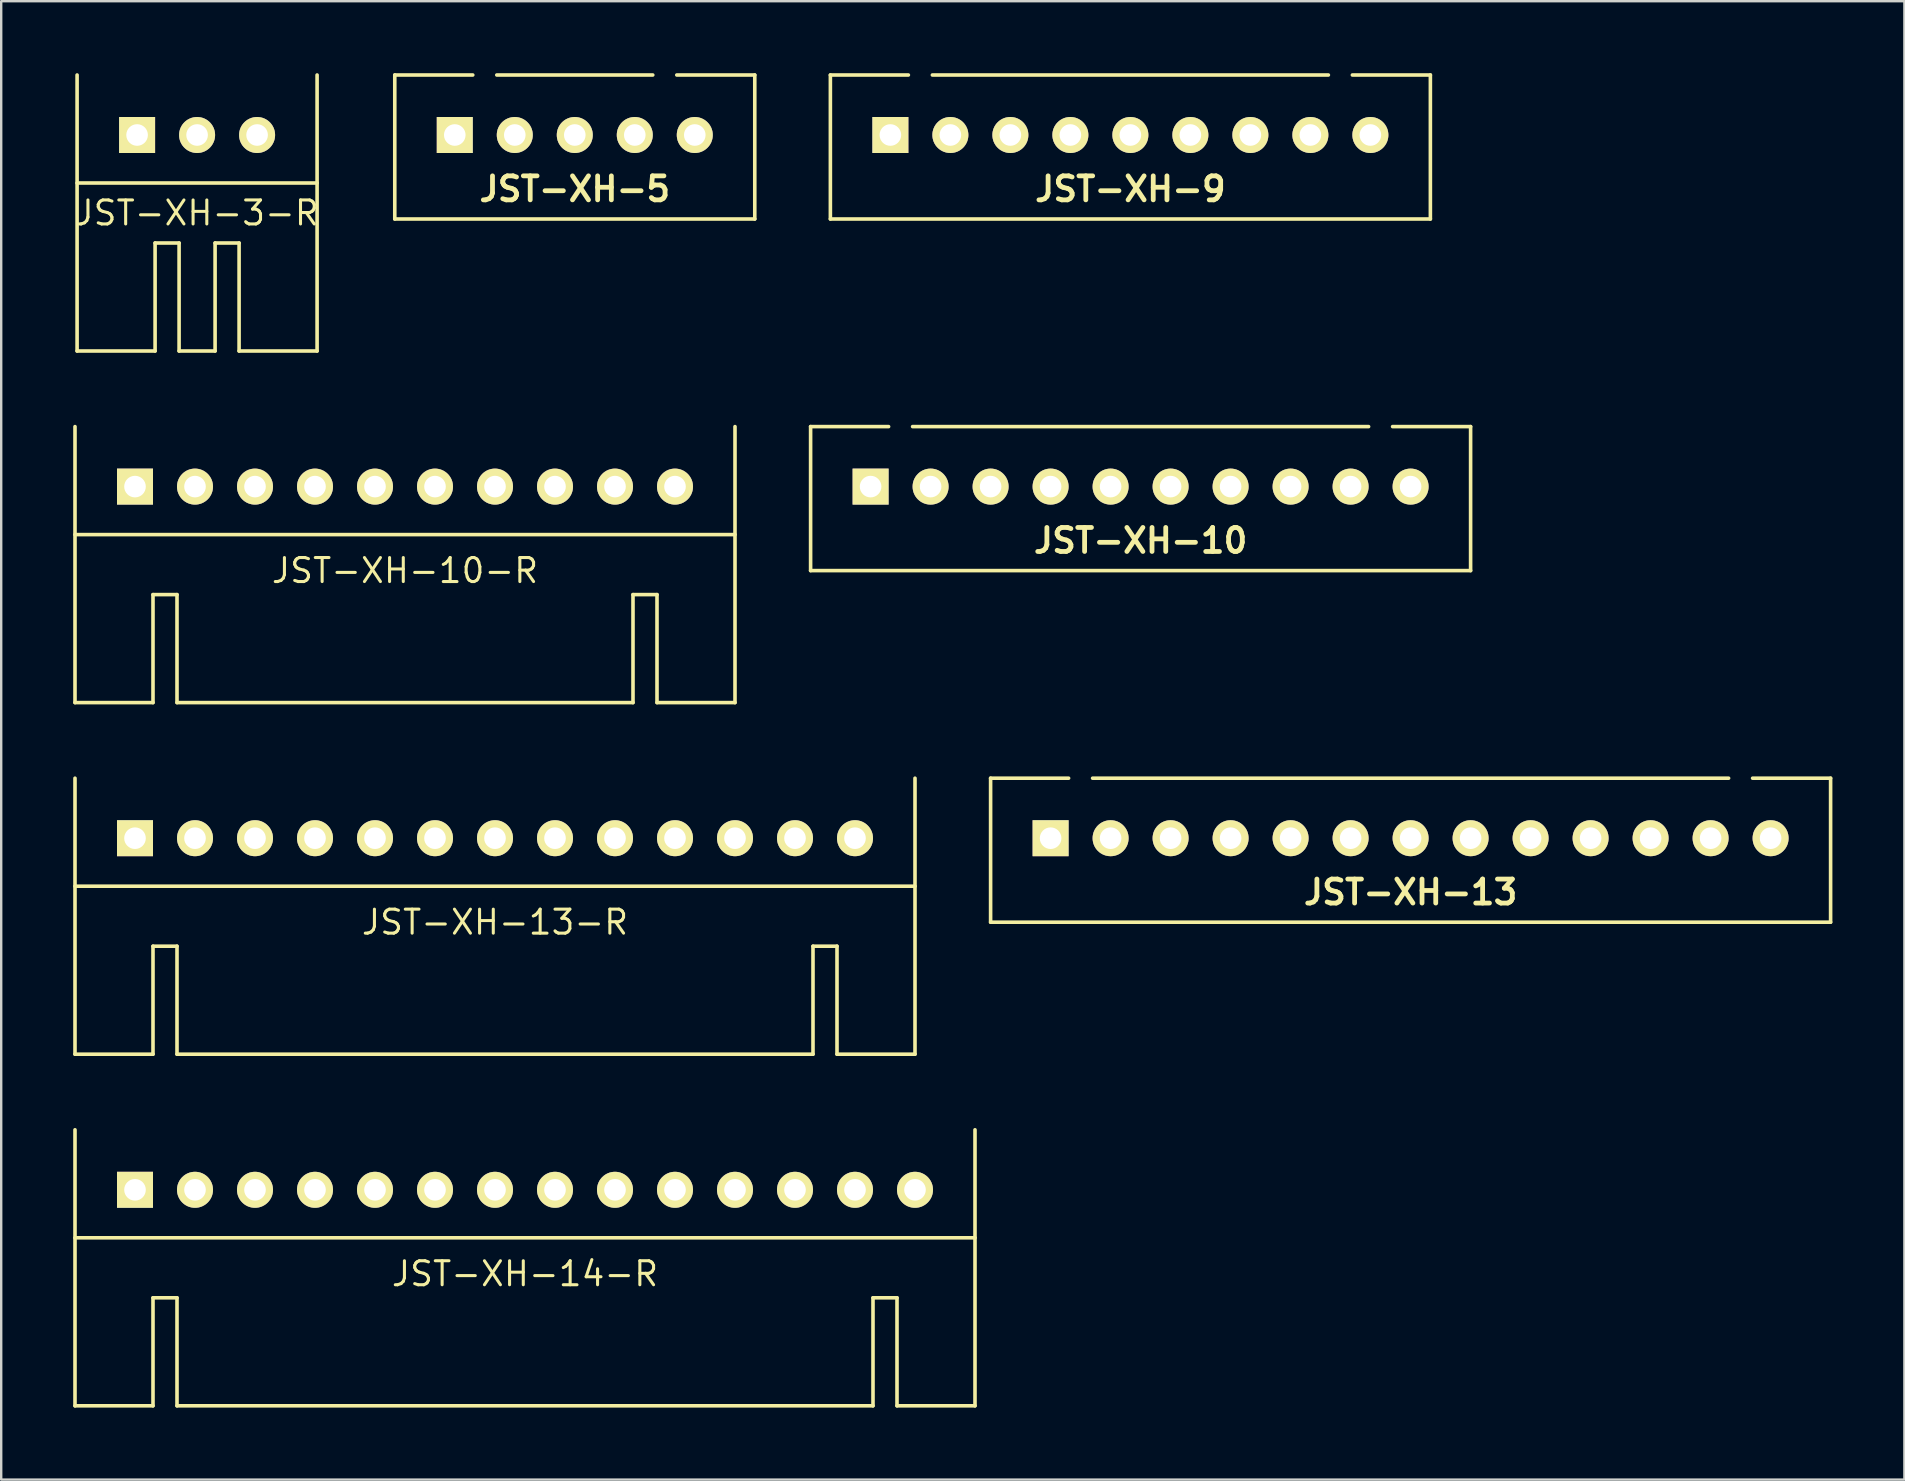
<source format=kicad_pcb>
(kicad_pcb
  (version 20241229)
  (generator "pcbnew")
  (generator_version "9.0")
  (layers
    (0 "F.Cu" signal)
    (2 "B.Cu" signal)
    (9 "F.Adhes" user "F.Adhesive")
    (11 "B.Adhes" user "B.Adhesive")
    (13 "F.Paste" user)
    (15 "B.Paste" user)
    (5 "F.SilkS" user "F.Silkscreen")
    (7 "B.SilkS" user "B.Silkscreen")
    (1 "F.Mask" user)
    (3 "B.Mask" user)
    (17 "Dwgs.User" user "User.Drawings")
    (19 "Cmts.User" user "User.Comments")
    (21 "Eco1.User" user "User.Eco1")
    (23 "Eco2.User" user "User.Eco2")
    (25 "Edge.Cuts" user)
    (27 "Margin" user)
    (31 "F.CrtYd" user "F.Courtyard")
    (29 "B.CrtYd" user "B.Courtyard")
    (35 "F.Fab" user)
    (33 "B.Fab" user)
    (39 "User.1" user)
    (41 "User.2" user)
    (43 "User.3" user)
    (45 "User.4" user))
  (footprint "JST-XH-9"
    (layer "F.Cu")
    (at 44.049 2.575)
    (property "Reference" "JST-XH-9" (at 0 2.25 0) (layer "F.SilkS") (effects (font (size 1 1) (thickness 0.2))))
    (attr through_hole)
    (fp_line (start -12.5 -2.5) (end -9.25 -2.5) (stroke (width 0.15) (type solid)) (layer "F.SilkS"))
    (fp_line (start -12.5 3.5) (end -12.5 -2.5) (stroke (width 0.15) (type solid)) (layer "F.SilkS"))
    (fp_line (start 8.25 -2.5) (end -8.25 -2.5) (stroke (width 0.15) (type solid)) (layer "F.SilkS"))
    (fp_line (start 12.5 -2.5) (end 9.25 -2.5) (stroke (width 0.15) (type solid)) (layer "F.SilkS"))
    (fp_line (start 12.5 -2.5) (end 12.5 3.5) (stroke (width 0.15) (type solid)) (layer "F.SilkS"))
    (fp_line (start 12.5 3.5) (end -12.5 3.5) (stroke (width 0.15) (type solid)) (layer "F.SilkS"))
    (pad "1" thru_hole rect (at -10 0) (size 1.5 1.5) (drill 0.9) (layers "*.Cu" "*.Mask" "F.SilkS"))
    (pad "2" thru_hole circle (at -7.5 0) (size 1.5 1.5) (drill 0.9) (layers "*.Cu" "*.Mask" "F.SilkS"))
    (pad "3" thru_hole circle (at -5 0) (size 1.5 1.5) (drill 0.9) (layers "*.Cu" "*.Mask" "F.SilkS"))
    (pad "4" thru_hole circle (at -2.5 0) (size 1.5 1.5) (drill 0.9) (layers "*.Cu" "*.Mask" "F.SilkS"))
    (pad "5" thru_hole circle (at 0 0) (size 1.5 1.5) (drill 0.9) (layers "*.Cu" "*.Mask" "F.SilkS"))
    (pad "6" thru_hole circle (at 2.5 0) (size 1.5 1.5) (drill 0.9) (layers "*.Cu" "*.Mask" "F.SilkS"))
    (pad "7" thru_hole circle (at 5 0) (size 1.5 1.5) (drill 0.9) (layers "*.Cu" "*.Mask" "F.SilkS"))
    (pad "8" thru_hole circle (at 7.5 0) (size 1.5 1.5) (drill 0.9) (layers "*.Cu" "*.Mask" "F.SilkS"))
    (pad "9" thru_hole circle (at 10 0) (size 1.5 1.5) (drill 0.9) (layers "*.Cu" "*.Mask" "F.SilkS")))
  (footprint "JST-XH-13"
    (layer "F.Cu")
    (at 55.725 31.875)
    (property "Reference" "JST-XH-13" (at 0 2.25 0) (layer "F.SilkS") (effects (font (size 1 1) (thickness 0.2))))
    (attr through_hole)
    (fp_line (start -17.5 -2.5) (end -14.25 -2.5) (stroke (width 0.15) (type solid)) (layer "F.SilkS"))
    (fp_line (start -17.5 3.5) (end -17.5 -2.5) (stroke (width 0.15) (type solid)) (layer "F.SilkS"))
    (fp_line (start 13.25 -2.5) (end -13.25 -2.5) (stroke (width 0.15) (type solid)) (layer "F.SilkS"))
    (fp_line (start 17.5 -2.5) (end 14.25 -2.5) (stroke (width 0.15) (type solid)) (layer "F.SilkS"))
    (fp_line (start 17.5 -2.5) (end 17.5 3.5) (stroke (width 0.15) (type solid)) (layer "F.SilkS"))
    (fp_line (start 17.5 3.5) (end -17.5 3.5) (stroke (width 0.15) (type solid)) (layer "F.SilkS"))
    (pad "1" thru_hole rect (at -15 0) (size 1.5 1.5) (drill 0.9) (layers "*.Cu" "*.Mask" "F.SilkS"))
    (pad "2" thru_hole circle (at -12.5 0) (size 1.5 1.5) (drill 0.9) (layers "*.Cu" "*.Mask" "F.SilkS"))
    (pad "3" thru_hole circle (at -10 0) (size 1.5 1.5) (drill 0.9) (layers "*.Cu" "*.Mask" "F.SilkS"))
    (pad "4" thru_hole circle (at -7.5 0) (size 1.5 1.5) (drill 0.9) (layers "*.Cu" "*.Mask" "F.SilkS"))
    (pad "5" thru_hole circle (at -5 0) (size 1.5 1.5) (drill 0.9) (layers "*.Cu" "*.Mask" "F.SilkS"))
    (pad "6" thru_hole circle (at -2.5 0) (size 1.5 1.5) (drill 0.9) (layers "*.Cu" "*.Mask" "F.SilkS"))
    (pad "7" thru_hole circle (at 0 0) (size 1.5 1.5) (drill 0.9) (layers "*.Cu" "*.Mask" "F.SilkS"))
    (pad "8" thru_hole circle (at 2.5 0) (size 1.5 1.5) (drill 0.9) (layers "*.Cu" "*.Mask" "F.SilkS"))
    (pad "9" thru_hole circle (at 5 0) (size 1.5 1.5) (drill 0.9) (layers "*.Cu" "*.Mask" "F.SilkS"))
    (pad "10" thru_hole circle (at 7.5 0) (size 1.5 1.5) (drill 0.9) (layers "*.Cu" "*.Mask" "F.SilkS"))
    (pad "11" thru_hole circle (at 10 0) (size 1.5 1.5) (drill 0.9) (layers "*.Cu" "*.Mask" "F.SilkS"))
    (pad "12" thru_hole circle (at 12.5 0) (size 1.5 1.5) (drill 0.9) (layers "*.Cu" "*.Mask" "F.SilkS"))
    (pad "13" thru_hole circle (at 15 0) (size 1.5 1.5) (drill 0.9) (layers "*.Cu" "*.Mask" "F.SilkS")))
  (footprint "JST-XH-5"
    (layer "F.Cu")
    (at 20.899 2.575)
    (property "Reference" "JST-XH-5" (at 0 2.25 0) (layer "F.SilkS") (effects (font (size 1 1) (thickness 0.2))))
    (attr through_hole)
    (fp_line (start -7.5 -2.5) (end -4.25 -2.5) (stroke (width 0.15) (type solid)) (layer "F.SilkS"))
    (fp_line (start -7.5 3.5) (end -7.5 -2.5) (stroke (width 0.15) (type solid)) (layer "F.SilkS"))
    (fp_line (start 3.25 -2.5) (end -3.25 -2.5) (stroke (width 0.15) (type solid)) (layer "F.SilkS"))
    (fp_line (start 7.5 -2.5) (end 4.25 -2.5) (stroke (width 0.15) (type solid)) (layer "F.SilkS"))
    (fp_line (start 7.5 -2.5) (end 7.5 3.5) (stroke (width 0.15) (type solid)) (layer "F.SilkS"))
    (fp_line (start 7.5 3.5) (end -7.5 3.5) (stroke (width 0.15) (type solid)) (layer "F.SilkS"))
    (pad "1" thru_hole rect (at -5 0) (size 1.5 1.5) (drill 0.9) (layers "*.Cu" "*.Mask" "F.SilkS"))
    (pad "2" thru_hole circle (at -2.5 0) (size 1.5 1.5) (drill 0.9) (layers "*.Cu" "*.Mask" "F.SilkS"))
    (pad "3" thru_hole circle (at 0 0) (size 1.5 1.5) (drill 0.9) (layers "*.Cu" "*.Mask" "F.SilkS"))
    (pad "4" thru_hole circle (at 2.5 0) (size 1.5 1.5) (drill 0.9) (layers "*.Cu" "*.Mask" "F.SilkS"))
    (pad "5" thru_hole circle (at 5 0) (size 1.5 1.5) (drill 0.9) (layers "*.Cu" "*.Mask" "F.SilkS")))
  (footprint "JST-XH-10-R"
    (layer "F.Cu")
    (at 13.825 17.225)
    (property "Reference" "JST-XH-10-R" (at 0 3.5 0) (layer "F.SilkS") (effects (font (size 1 1) (thickness 0.127))))
    (attr through_hole)
    (fp_line (start -13.75 2) (end 13.75 2) (stroke (width 0.15) (type solid)) (layer "F.SilkS"))
    (fp_line (start -13.75 9) (end -13.75 -2.5) (stroke (width 0.15) (type solid)) (layer "F.SilkS"))
    (fp_line (start -10.5 4.5) (end -10.5 9) (stroke (width 0.15) (type solid)) (layer "F.SilkS"))
    (fp_line (start -10.5 9) (end -13.75 9) (stroke (width 0.15) (type solid)) (layer "F.SilkS"))
    (fp_line (start -9.5 4.5) (end -10.5 4.5) (stroke (width 0.15) (type solid)) (layer "F.SilkS"))
    (fp_line (start -9.5 9) (end -9.5 4.5) (stroke (width 0.15) (type solid)) (layer "F.SilkS"))
    (fp_line (start -9.5 9) (end 9.5 9) (stroke (width 0.15) (type solid)) (layer "F.SilkS"))
    (fp_line (start 9.5 4.5) (end 9.5 9) (stroke (width 0.15) (type solid)) (layer "F.SilkS"))
    (fp_line (start 10.5 4.5) (end 9.5 4.5) (stroke (width 0.15) (type solid)) (layer "F.SilkS"))
    (fp_line (start 10.5 9) (end 10.5 4.5) (stroke (width 0.15) (type solid)) (layer "F.SilkS"))
    (fp_line (start 10.5 9) (end 13.75 9) (stroke (width 0.15) (type solid)) (layer "F.SilkS"))
    (fp_line (start 13.75 9) (end 13.75 -2.5) (stroke (width 0.15) (type solid)) (layer "F.SilkS"))
    (pad "1" thru_hole rect (at -11.25 0) (size 1.5 1.5) (drill 0.9) (layers "*.Cu" "*.Mask" "F.SilkS"))
    (pad "2" thru_hole circle (at -8.75 0) (size 1.5 1.5) (drill 0.9) (layers "*.Cu" "*.Mask" "F.SilkS"))
    (pad "3" thru_hole circle (at -6.25 0) (size 1.5 1.5) (drill 0.9) (layers "*.Cu" "*.Mask" "F.SilkS"))
    (pad "4" thru_hole circle (at -3.75 0) (size 1.5 1.5) (drill 0.9) (layers "*.Cu" "*.Mask" "F.SilkS"))
    (pad "5" thru_hole circle (at -1.25 0) (size 1.5 1.5) (drill 0.9) (layers "*.Cu" "*.Mask" "F.SilkS"))
    (pad "6" thru_hole circle (at 1.25 0) (size 1.5 1.5) (drill 0.9) (layers "*.Cu" "*.Mask" "F.SilkS"))
    (pad "7" thru_hole circle (at 3.75 0) (size 1.5 1.5) (drill 0.9) (layers "*.Cu" "*.Mask" "F.SilkS"))
    (pad "8" thru_hole circle (at 6.25 0) (size 1.5 1.5) (drill 0.9) (layers "*.Cu" "*.Mask" "F.SilkS"))
    (pad "9" thru_hole circle (at 8.75 0) (size 1.5 1.5) (drill 0.9) (layers "*.Cu" "*.Mask" "F.SilkS"))
    (pad "10" thru_hole circle (at 11.25 0) (size 1.5 1.5) (drill 0.9) (layers "*.Cu" "*.Mask" "F.SilkS")))
  (footprint "JST-XH-14-R"
    (layer "F.Cu")
    (at 18.825 46.525)
    (property "Reference" "JST-XH-14-R" (at 0 3.5 0) (layer "F.SilkS") (effects (font (size 1 1) (thickness 0.127))))
    (attr through_hole)
    (fp_line (start -18.75 2) (end 18.75 2) (stroke (width 0.15) (type solid)) (layer "F.SilkS"))
    (fp_line (start -18.75 9) (end -18.75 -2.5) (stroke (width 0.15) (type solid)) (layer "F.SilkS"))
    (fp_line (start -15.5 4.5) (end -15.5 9) (stroke (width 0.15) (type solid)) (layer "F.SilkS"))
    (fp_line (start -15.5 9) (end -18.75 9) (stroke (width 0.15) (type solid)) (layer "F.SilkS"))
    (fp_line (start -14.5 4.5) (end -15.5 4.5) (stroke (width 0.15) (type solid)) (layer "F.SilkS"))
    (fp_line (start -14.5 9) (end -14.5 4.5) (stroke (width 0.15) (type solid)) (layer "F.SilkS"))
    (fp_line (start 14.5 4.5) (end 14.5 9) (stroke (width 0.15) (type solid)) (layer "F.SilkS"))
    (fp_line (start 14.5 9) (end -14.5 9) (stroke (width 0.15) (type solid)) (layer "F.SilkS"))
    (fp_line (start 15.5 4.5) (end 14.5 4.5) (stroke (width 0.15) (type solid)) (layer "F.SilkS"))
    (fp_line (start 15.5 9) (end 15.5 4.5) (stroke (width 0.15) (type solid)) (layer "F.SilkS"))
    (fp_line (start 18.75 9) (end 15.5 9) (stroke (width 0.15) (type solid)) (layer "F.SilkS"))
    (fp_line (start 18.75 9) (end 18.75 -2.5) (stroke (width 0.15) (type solid)) (layer "F.SilkS"))
    (pad "1" thru_hole rect (at -16.25 0) (size 1.5 1.5) (drill 0.9) (layers "*.Cu" "*.Mask" "F.SilkS"))
    (pad "2" thru_hole circle (at -13.75 0) (size 1.5 1.5) (drill 0.9) (layers "*.Cu" "*.Mask" "F.SilkS"))
    (pad "3" thru_hole circle (at -11.25 0) (size 1.5 1.5) (drill 0.9) (layers "*.Cu" "*.Mask" "F.SilkS"))
    (pad "4" thru_hole circle (at -8.75 0) (size 1.5 1.5) (drill 0.9) (layers "*.Cu" "*.Mask" "F.SilkS"))
    (pad "5" thru_hole circle (at -6.25 0) (size 1.5 1.5) (drill 0.9) (layers "*.Cu" "*.Mask" "F.SilkS"))
    (pad "6" thru_hole circle (at -3.75 0) (size 1.5 1.5) (drill 0.9) (layers "*.Cu" "*.Mask" "F.SilkS"))
    (pad "7" thru_hole circle (at -1.25 0) (size 1.5 1.5) (drill 0.9) (layers "*.Cu" "*.Mask" "F.SilkS"))
    (pad "8" thru_hole circle (at 1.25 0) (size 1.5 1.5) (drill 0.9) (layers "*.Cu" "*.Mask" "F.SilkS"))
    (pad "9" thru_hole circle (at 3.75 0) (size 1.5 1.5) (drill 0.9) (layers "*.Cu" "*.Mask" "F.SilkS"))
    (pad "10" thru_hole circle (at 6.25 0) (size 1.5 1.5) (drill 0.9) (layers "*.Cu" "*.Mask" "F.SilkS"))
    (pad "11" thru_hole circle (at 8.75 0) (size 1.5 1.5) (drill 0.9) (layers "*.Cu" "*.Mask" "F.SilkS"))
    (pad "12" thru_hole circle (at 11.25 0) (size 1.5 1.5) (drill 0.9) (layers "*.Cu" "*.Mask" "F.SilkS"))
    (pad "13" thru_hole circle (at 13.75 0) (size 1.5 1.5) (drill 0.9) (layers "*.Cu" "*.Mask" "F.SilkS"))
    (pad "14" thru_hole circle (at 16.25 0) (size 1.5 1.5) (drill 0.9) (layers "*.Cu" "*.Mask" "F.SilkS")))
  (footprint "JST-XH-3-R"
    (layer "F.Cu")
    (at 5.162 2.575)
    (property "Reference" "JST-XH-3-R" (at 0 3.25 0) (layer "F.SilkS") (effects (font (size 1 1) (thickness 0.127))))
    (attr through_hole)
    (fp_line (start -5 2) (end 5 2) (stroke (width 0.15) (type solid)) (layer "F.SilkS"))
    (fp_line (start -5 9) (end -5 -2.5) (stroke (width 0.15) (type solid)) (layer "F.SilkS"))
    (fp_line (start -1.75 4.5) (end -1.75 9) (stroke (width 0.15) (type solid)) (layer "F.SilkS"))
    (fp_line (start -1.75 9) (end -5 9) (stroke (width 0.15) (type solid)) (layer "F.SilkS"))
    (fp_line (start -0.75 4.5) (end -1.75 4.5) (stroke (width 0.15) (type solid)) (layer "F.SilkS"))
    (fp_line (start -0.75 9) (end -0.75 4.5) (stroke (width 0.15) (type solid)) (layer "F.SilkS"))
    (fp_line (start -0.75 9) (end 0.75 9) (stroke (width 0.15) (type solid)) (layer "F.SilkS"))
    (fp_line (start 0.75 4.5) (end 0.75 9) (stroke (width 0.15) (type solid)) (layer "F.SilkS"))
    (fp_line (start 1.75 4.5) (end 0.75 4.5) (stroke (width 0.15) (type solid)) (layer "F.SilkS"))
    (fp_line (start 1.75 9) (end 1.75 4.5) (stroke (width 0.15) (type solid)) (layer "F.SilkS"))
    (fp_line (start 1.75 9) (end 5 9) (stroke (width 0.15) (type solid)) (layer "F.SilkS"))
    (fp_line (start 5 9) (end 5 -2.5) (stroke (width 0.15) (type solid)) (layer "F.SilkS"))
    (pad "1" thru_hole rect (at -2.5 0) (size 1.5 1.5) (drill 0.9) (layers "*.Cu" "*.Mask" "F.SilkS"))
    (pad "2" thru_hole circle (at 0 0) (size 1.5 1.5) (drill 0.9) (layers "*.Cu" "*.Mask" "F.SilkS"))
    (pad "3" thru_hole circle (at 2.5 0) (size 1.5 1.5) (drill 0.9) (layers "*.Cu" "*.Mask" "F.SilkS")))
  (footprint "JST-XH-13-R"
    (layer "F.Cu")
    (at 17.575 31.875)
    (property "Reference" "JST-XH-13-R" (at 0 3.5 0) (layer "F.SilkS") (effects (font (size 1 1) (thickness 0.127))))
    (attr through_hole)
    (fp_line (start -17.5 2) (end 17.5 2) (stroke (width 0.15) (type solid)) (layer "F.SilkS"))
    (fp_line (start -17.5 9) (end -17.5 -2.5) (stroke (width 0.15) (type solid)) (layer "F.SilkS"))
    (fp_line (start -14.25 4.5) (end -14.25 9) (stroke (width 0.15) (type solid)) (layer "F.SilkS"))
    (fp_line (start -14.25 9) (end -17.5 9) (stroke (width 0.15) (type solid)) (layer "F.SilkS"))
    (fp_line (start -13.25 4.5) (end -14.25 4.5) (stroke (width 0.15) (type solid)) (layer "F.SilkS"))
    (fp_line (start -13.25 9) (end -13.25 4.5) (stroke (width 0.15) (type solid)) (layer "F.SilkS"))
    (fp_line (start 13.25 4.5) (end 13.25 9) (stroke (width 0.15) (type solid)) (layer "F.SilkS"))
    (fp_line (start 13.25 9) (end -13.25 9) (stroke (width 0.15) (type solid)) (layer "F.SilkS"))
    (fp_line (start 14.25 4.5) (end 13.25 4.5) (stroke (width 0.15) (type solid)) (layer "F.SilkS"))
    (fp_line (start 14.25 9) (end 14.25 4.5) (stroke (width 0.15) (type solid)) (layer "F.SilkS"))
    (fp_line (start 17.5 9) (end 14.25 9) (stroke (width 0.15) (type solid)) (layer "F.SilkS"))
    (fp_line (start 17.5 9) (end 17.5 -2.5) (stroke (width 0.15) (type solid)) (layer "F.SilkS"))
    (pad "1" thru_hole rect (at -15 0) (size 1.5 1.5) (drill 0.9) (layers "*.Cu" "*.Mask" "F.SilkS"))
    (pad "2" thru_hole circle (at -12.5 0) (size 1.5 1.5) (drill 0.9) (layers "*.Cu" "*.Mask" "F.SilkS"))
    (pad "3" thru_hole circle (at -10 0) (size 1.5 1.5) (drill 0.9) (layers "*.Cu" "*.Mask" "F.SilkS"))
    (pad "4" thru_hole circle (at -7.5 0) (size 1.5 1.5) (drill 0.9) (layers "*.Cu" "*.Mask" "F.SilkS"))
    (pad "5" thru_hole circle (at -5 0) (size 1.5 1.5) (drill 0.9) (layers "*.Cu" "*.Mask" "F.SilkS"))
    (pad "6" thru_hole circle (at -2.5 0) (size 1.5 1.5) (drill 0.9) (layers "*.Cu" "*.Mask" "F.SilkS"))
    (pad "7" thru_hole circle (at 0 0) (size 1.5 1.5) (drill 0.9) (layers "*.Cu" "*.Mask" "F.SilkS"))
    (pad "8" thru_hole circle (at 2.5 0) (size 1.5 1.5) (drill 0.9) (layers "*.Cu" "*.Mask" "F.SilkS"))
    (pad "9" thru_hole circle (at 5 0) (size 1.5 1.5) (drill 0.9) (layers "*.Cu" "*.Mask" "F.SilkS"))
    (pad "10" thru_hole circle (at 7.5 0) (size 1.5 1.5) (drill 0.9) (layers "*.Cu" "*.Mask" "F.SilkS"))
    (pad "11" thru_hole circle (at 10 0) (size 1.5 1.5) (drill 0.9) (layers "*.Cu" "*.Mask" "F.SilkS"))
    (pad "12" thru_hole circle (at 12.5 0) (size 1.5 1.5) (drill 0.9) (layers "*.Cu" "*.Mask" "F.SilkS"))
    (pad "13" thru_hole circle (at 15 0) (size 1.5 1.5) (drill 0.9) (layers "*.Cu" "*.Mask" "F.SilkS")))
  (footprint "JST-XH-10"
    (layer "F.Cu")
    (at 44.475 17.225)
    (property "Reference" "JST-XH-10" (at 0 2.25 0) (layer "F.SilkS") (effects (font (size 1 1) (thickness 0.2))))
    (attr through_hole)
    (fp_line (start -13.75 -2.5) (end -10.5 -2.5) (stroke (width 0.15) (type solid)) (layer "F.SilkS"))
    (fp_line (start -13.75 3.5) (end -13.75 -2.5) (stroke (width 0.15) (type solid)) (layer "F.SilkS"))
    (fp_line (start 9.5 -2.5) (end -9.5 -2.5) (stroke (width 0.15) (type solid)) (layer "F.SilkS"))
    (fp_line (start 13.75 -2.5) (end 10.5 -2.5) (stroke (width 0.15) (type solid)) (layer "F.SilkS"))
    (fp_line (start 13.75 -2.5) (end 13.75 3.5) (stroke (width 0.15) (type solid)) (layer "F.SilkS"))
    (fp_line (start 13.75 3.5) (end -13.75 3.5) (stroke (width 0.15) (type solid)) (layer "F.SilkS"))
    (pad "1" thru_hole rect (at -11.25 0) (size 1.5 1.5) (drill 0.9) (layers "*.Cu" "*.Mask" "F.SilkS"))
    (pad "2" thru_hole circle (at -8.75 0) (size 1.5 1.5) (drill 0.9) (layers "*.Cu" "*.Mask" "F.SilkS"))
    (pad "3" thru_hole circle (at -6.25 0) (size 1.5 1.5) (drill 0.9) (layers "*.Cu" "*.Mask" "F.SilkS"))
    (pad "4" thru_hole circle (at -3.75 0) (size 1.5 1.5) (drill 0.9) (layers "*.Cu" "*.Mask" "F.SilkS"))
    (pad "5" thru_hole circle (at -1.25 0) (size 1.5 1.5) (drill 0.9) (layers "*.Cu" "*.Mask" "F.SilkS"))
    (pad "6" thru_hole circle (at 1.25 0) (size 1.5 1.5) (drill 0.9) (layers "*.Cu" "*.Mask" "F.SilkS"))
    (pad "7" thru_hole circle (at 3.75 0) (size 1.5 1.5) (drill 0.9) (layers "*.Cu" "*.Mask" "F.SilkS"))
    (pad "8" thru_hole circle (at 6.25 0) (size 1.5 1.5) (drill 0.9) (layers "*.Cu" "*.Mask" "F.SilkS"))
    (pad "9" thru_hole circle (at 8.75 0) (size 1.5 1.5) (drill 0.9) (layers "*.Cu" "*.Mask" "F.SilkS"))
    (pad "10" thru_hole circle (at 11.25 0) (size 1.5 1.5) (drill 0.9) (layers "*.Cu" "*.Mask" "F.SilkS")))
  (gr_rect
    (start -3 -3)
    (end 76.3 58.6)
    (stroke (width 0.1) (type default))
    (fill no)
    (layer "Edge.Cuts")))
</source>
